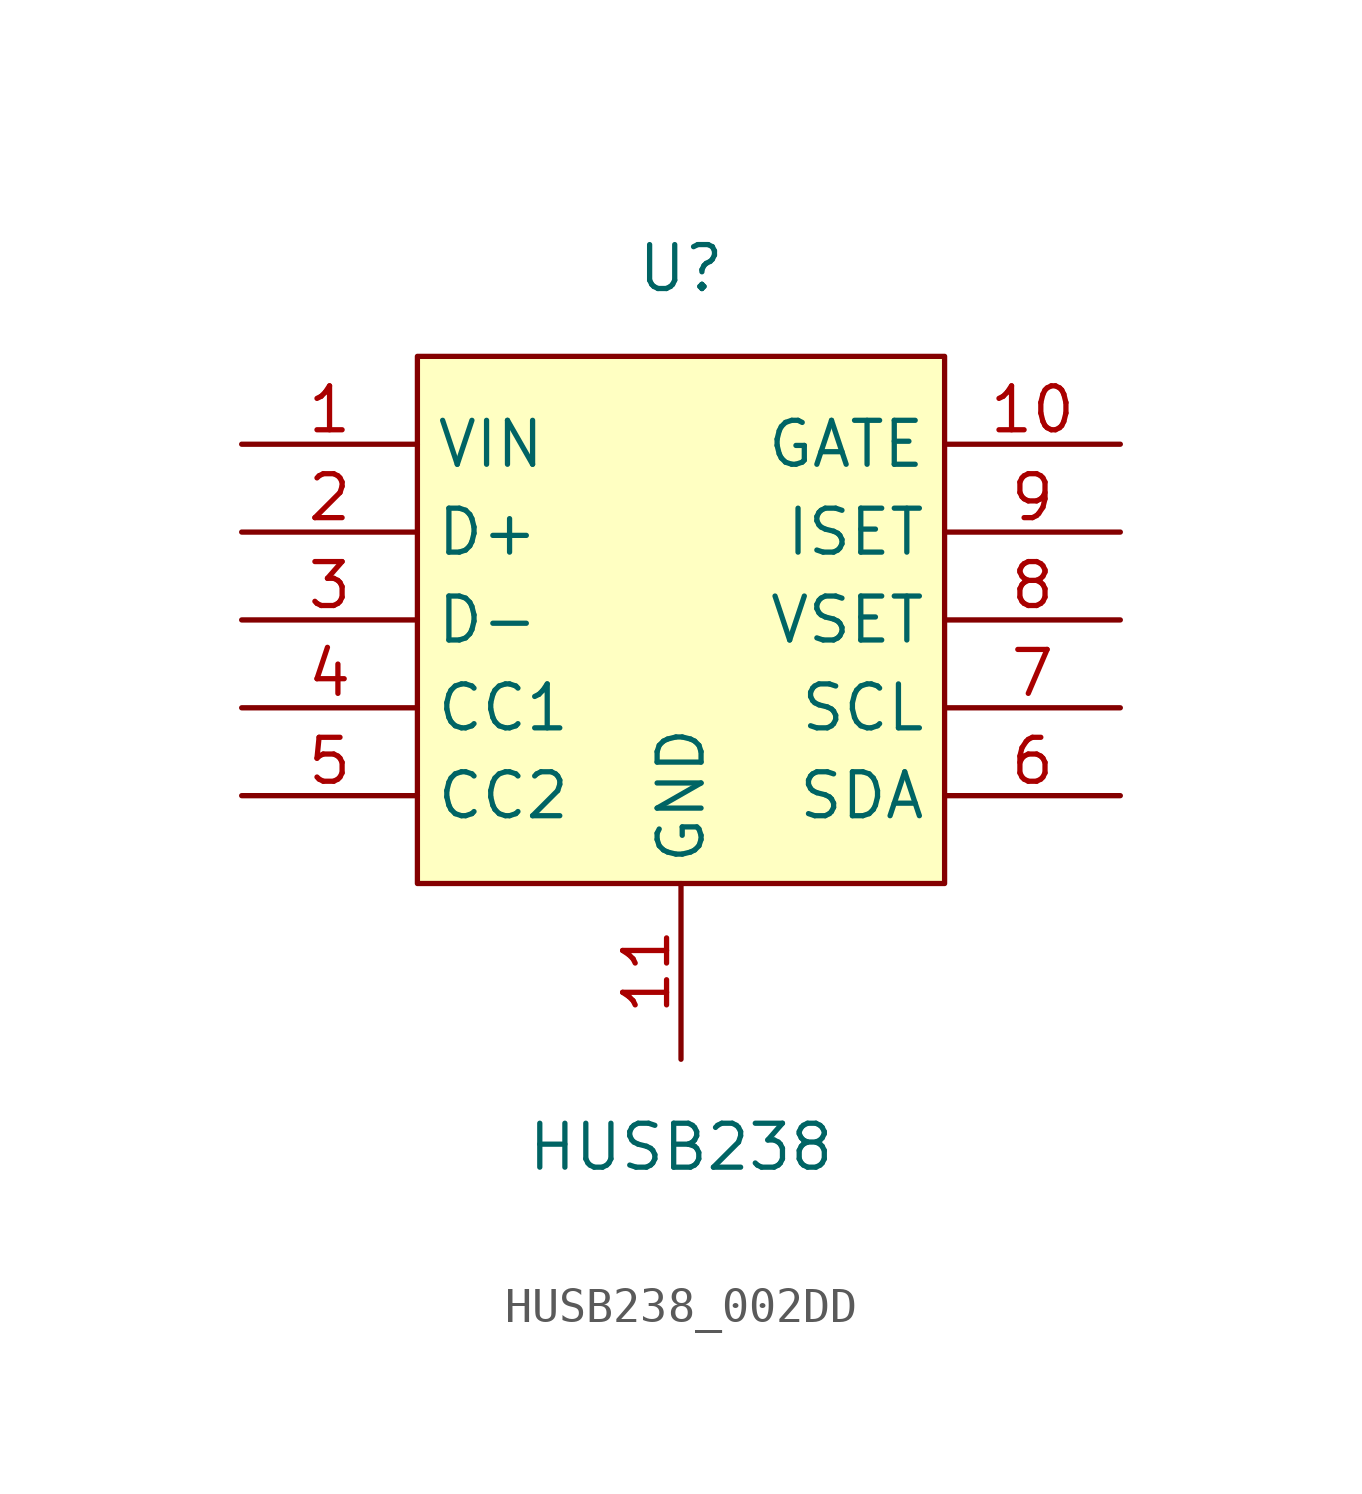
<source format=kicad_sym>
(kicad_symbol_lib
  (version 20231120)
  (generator "kicad_symbol_editor")
  (generator_version "8.99")
  (symbol "HUSB238_002DD"
    (property "Reference" "U"
      (at 0 10.16 0)
      (effects (font (size 1.27 1.27))))
    (property "Value" "HUSB238"
      (at 0 -15.24 0)
      (effects (font (size 1.27 1.27))))
    (symbol "HUSB238_002DD_0_1"
      (rectangle (start -7.62 7.62) (end 7.62 -7.62) (stroke (width 0) (type default)) (fill (type background)))
      (pin unspecified line (at -12.7 5.08 0) (length 5.08) (name "VIN" (effects (font (size 1.27 1.27)))) (number "1" (effects (font (size 1.27 1.27)))))
      (pin unspecified line (at 12.7 5.08 180) (length 5.08) (name "GATE" (effects (font (size 1.27 1.27)))) (number "10" (effects (font (size 1.27 1.27)))))
      (pin unspecified line (at 0 -12.7 90) (length 5.08) (name "GND" (effects (font (size 1.27 1.27)))) (number "11" (effects (font (size 1.27 1.27)))))
      (pin unspecified line (at -12.7 2.54 0) (length 5.08) (name "D+" (effects (font (size 1.27 1.27)))) (number "2" (effects (font (size 1.27 1.27)))))
      (pin unspecified line (at -12.7 0 0) (length 5.08) (name "D-" (effects (font (size 1.27 1.27)))) (number "3" (effects (font (size 1.27 1.27)))))
      (pin unspecified line (at -12.7 -2.54 0) (length 5.08) (name "CC1" (effects (font (size 1.27 1.27)))) (number "4" (effects (font (size 1.27 1.27)))))
      (pin unspecified line (at -12.7 -5.08 0) (length 5.08) (name "CC2" (effects (font (size 1.27 1.27)))) (number "5" (effects (font (size 1.27 1.27)))))
      (pin unspecified line (at 12.7 -5.08 180) (length 5.08) (name "SDA" (effects (font (size 1.27 1.27)))) (number "6" (effects (font (size 1.27 1.27)))))
      (pin unspecified line (at 12.7 -2.54 180) (length 5.08) (name "SCL" (effects (font (size 1.27 1.27)))) (number "7" (effects (font (size 1.27 1.27)))))
      (pin unspecified line (at 12.7 0 180) (length 5.08) (name "VSET" (effects (font (size 1.27 1.27)))) (number "8" (effects (font (size 1.27 1.27)))))
      (pin unspecified line (at 12.7 2.54 180) (length 5.08) (name "ISET" (effects (font (size 1.27 1.27)))) (number "9" (effects (font (size 1.27 1.27))))))))
</source>
